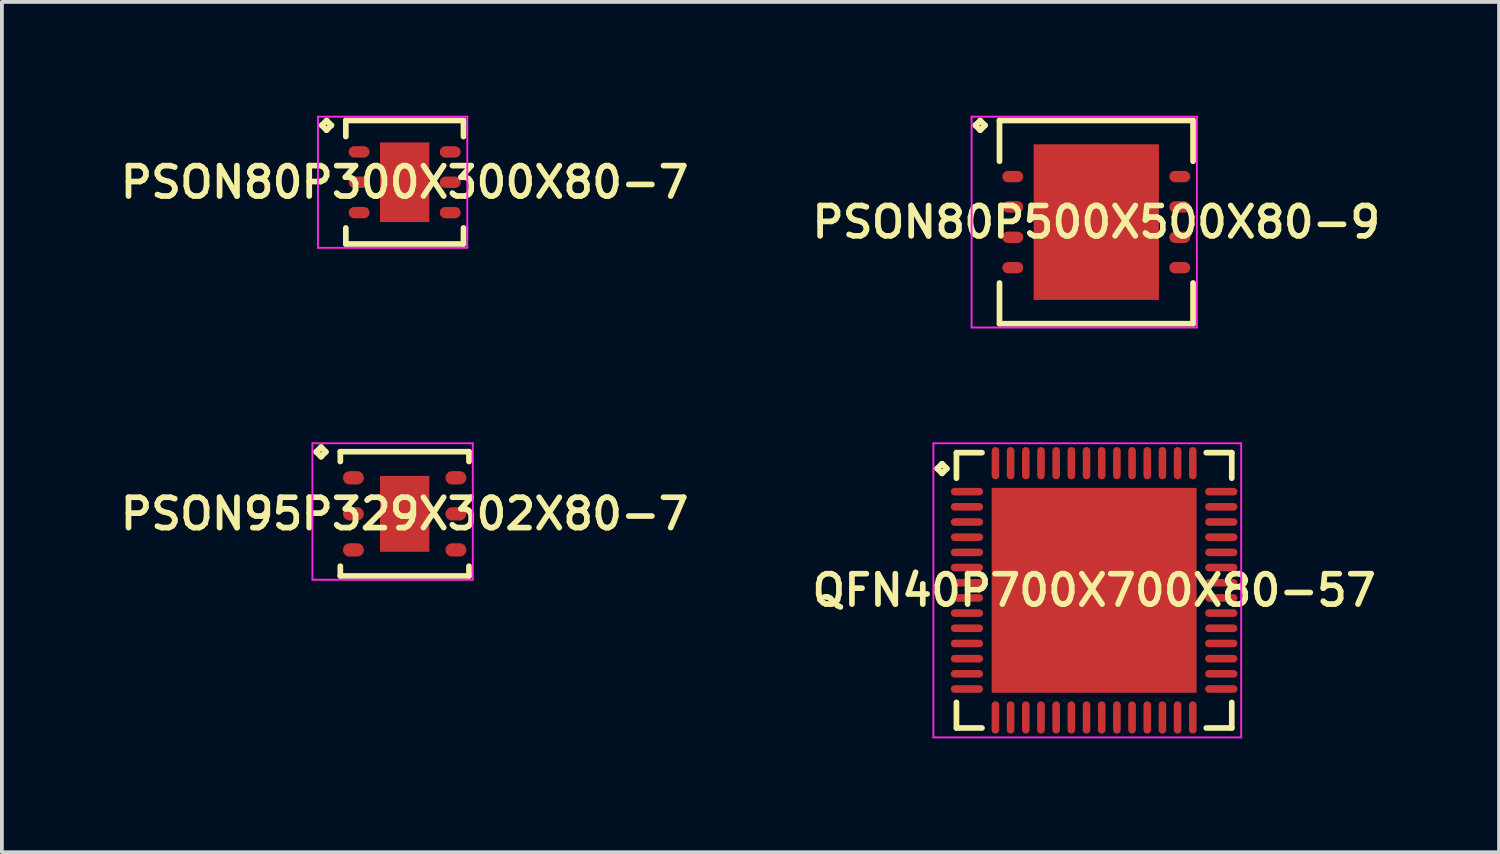
<source format=kicad_pcb>
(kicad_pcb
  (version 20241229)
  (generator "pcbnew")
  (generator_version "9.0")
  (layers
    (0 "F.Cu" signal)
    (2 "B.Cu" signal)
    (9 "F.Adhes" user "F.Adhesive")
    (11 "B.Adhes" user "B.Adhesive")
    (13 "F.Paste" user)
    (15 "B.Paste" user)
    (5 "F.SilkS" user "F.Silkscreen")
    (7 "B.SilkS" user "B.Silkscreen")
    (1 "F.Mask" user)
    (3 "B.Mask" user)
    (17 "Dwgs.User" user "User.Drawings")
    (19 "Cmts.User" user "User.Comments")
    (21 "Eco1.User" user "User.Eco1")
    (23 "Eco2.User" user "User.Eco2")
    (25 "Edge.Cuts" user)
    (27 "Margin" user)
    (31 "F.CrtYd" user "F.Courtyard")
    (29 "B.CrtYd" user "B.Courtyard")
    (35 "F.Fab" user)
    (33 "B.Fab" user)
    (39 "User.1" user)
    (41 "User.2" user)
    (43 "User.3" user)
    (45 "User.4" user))
  (footprint "PSON80P500X500X80-9"
    (layer "F.Cu")
    (at 25.835 2.802)
    (property "Reference" "PSON80P500X500X80-9" (at 0 0 0) (layer "F.SilkS") (effects (font (size 0.8 0.8) (thickness 0.15))))
    (attr smd)
    (fp_line (start -3.185 -2.55) (end -3.058 -2.677) (stroke (width 0.15) (type solid)) (layer "F.SilkS"))
    (fp_line (start -3.058 -2.677) (end -2.931 -2.55) (stroke (width 0.15) (type solid)) (layer "F.SilkS"))
    (fp_line (start -3.058 -2.423) (end -3.185 -2.55) (stroke (width 0.15) (type solid)) (layer "F.SilkS"))
    (fp_line (start -2.931 -2.55) (end -3.058 -2.423) (stroke (width 0.15) (type solid)) (layer "F.SilkS"))
    (fp_line (start -2.55 -2.677) (end 2.55 -2.677) (stroke (width 0.15) (type solid)) (layer "F.SilkS"))
    (fp_line (start -2.55 -1.604) (end -2.55 -2.677) (stroke (width 0.15) (type solid)) (layer "F.SilkS"))
    (fp_line (start -2.55 1.604) (end -2.55 2.677) (stroke (width 0.15) (type solid)) (layer "F.SilkS"))
    (fp_line (start -2.55 2.677) (end 2.55 2.677) (stroke (width 0.15) (type solid)) (layer "F.SilkS"))
    (fp_line (start 2.55 -2.677) (end 2.55 -1.604) (stroke (width 0.15) (type solid)) (layer "F.SilkS"))
    (fp_line (start 2.55 2.677) (end 2.55 1.604) (stroke (width 0.15) (type solid)) (layer "F.SilkS"))
    (fp_line (start -3.285 -2.777) (end 2.65 -2.777) (stroke (width 0.05) (type solid)) (layer "F.CrtYd"))
    (fp_line (start -3.285 2.777) (end -3.285 -2.777) (stroke (width 0.05) (type solid)) (layer "F.CrtYd"))
    (fp_line (start 2.65 -2.777) (end 2.65 2.777) (stroke (width 0.05) (type solid)) (layer "F.CrtYd"))
    (fp_line (start 2.65 2.777) (end -3.285 2.777) (stroke (width 0.05) (type solid)) (layer "F.CrtYd"))
    (pad "1" smd oval (at -2.2 -1.2) (size 0.55 0.3) (layers "F.Cu" "F.Mask" "F.Paste"))
    (pad "2" smd oval (at -2.2 -0.4) (size 0.55 0.3) (layers "F.Cu" "F.Mask" "F.Paste"))
    (pad "3" smd oval (at -2.2 0.4) (size 0.55 0.3) (layers "F.Cu" "F.Mask" "F.Paste"))
    (pad "4" smd oval (at -2.2 1.2) (size 0.55 0.3) (layers "F.Cu" "F.Mask" "F.Paste"))
    (pad "5" smd oval (at 2.2 1.2) (size 0.55 0.3) (layers "F.Cu" "F.Mask" "F.Paste"))
    (pad "6" smd oval (at 2.2 0.4) (size 0.55 0.3) (layers "F.Cu" "F.Mask" "F.Paste"))
    (pad "7" smd oval (at 2.2 -0.4) (size 0.55 0.3) (layers "F.Cu" "F.Mask" "F.Paste"))
    (pad "8" smd oval (at 2.2 -1.2) (size 0.55 0.3) (layers "F.Cu" "F.Mask" "F.Paste"))
    (pad "9" smd rect (at 0 0) (size 3.3 4.1) (layers "F.Cu" "F.Mask" "F.Paste")))
  (footprint "PSON80P300X300X80-7"
    (layer "F.Cu")
    (at 7.612 1.752)
    (property "Reference" "PSON80P300X300X80-7" (at 0 0 0) (layer "F.SilkS") (effects (font (size 0.8 0.8) (thickness 0.15))))
    (attr smd)
    (fp_line (start -2.185 -1.5) (end -2.058 -1.627) (stroke (width 0.15) (type solid)) (layer "F.SilkS"))
    (fp_line (start -2.058 -1.627) (end -1.931 -1.5) (stroke (width 0.15) (type solid)) (layer "F.SilkS"))
    (fp_line (start -2.058 -1.373) (end -2.185 -1.5) (stroke (width 0.15) (type solid)) (layer "F.SilkS"))
    (fp_line (start -1.931 -1.5) (end -2.058 -1.373) (stroke (width 0.15) (type solid)) (layer "F.SilkS"))
    (fp_line (start -1.55 -1.627) (end 1.55 -1.627) (stroke (width 0.15) (type solid)) (layer "F.SilkS"))
    (fp_line (start -1.55 -1.204) (end -1.55 -1.627) (stroke (width 0.15) (type solid)) (layer "F.SilkS"))
    (fp_line (start -1.55 1.204) (end -1.55 1.627) (stroke (width 0.15) (type solid)) (layer "F.SilkS"))
    (fp_line (start -1.55 1.627) (end 1.55 1.627) (stroke (width 0.15) (type solid)) (layer "F.SilkS"))
    (fp_line (start 1.55 -1.627) (end 1.55 -1.204) (stroke (width 0.15) (type solid)) (layer "F.SilkS"))
    (fp_line (start 1.55 1.627) (end 1.55 1.204) (stroke (width 0.15) (type solid)) (layer "F.SilkS"))
    (fp_line (start -2.285 -1.727) (end 1.65 -1.727) (stroke (width 0.05) (type solid)) (layer "F.CrtYd"))
    (fp_line (start -2.285 1.727) (end -2.285 -1.727) (stroke (width 0.05) (type solid)) (layer "F.CrtYd"))
    (fp_line (start 1.65 -1.727) (end 1.65 1.727) (stroke (width 0.05) (type solid)) (layer "F.CrtYd"))
    (fp_line (start 1.65 1.727) (end -2.285 1.727) (stroke (width 0.05) (type solid)) (layer "F.CrtYd"))
    (pad "1" smd oval (at -1.2 -0.8) (size 0.55 0.3) (layers "F.Cu" "F.Mask" "F.Paste"))
    (pad "2" smd oval (at -1.2 0) (size 0.55 0.3) (layers "F.Cu" "F.Mask" "F.Paste"))
    (pad "3" smd oval (at -1.2 0.8) (size 0.55 0.3) (layers "F.Cu" "F.Mask" "F.Paste"))
    (pad "4" smd oval (at 1.2 0.8) (size 0.55 0.3) (layers "F.Cu" "F.Mask" "F.Paste"))
    (pad "5" smd oval (at 1.2 0) (size 0.55 0.3) (layers "F.Cu" "F.Mask" "F.Paste"))
    (pad "6" smd oval (at 1.2 -0.8) (size 0.55 0.3) (layers "F.Cu" "F.Mask" "F.Paste"))
    (pad "7" smd rect (at 0 0) (size 1.3 2.1) (layers "F.Cu" "F.Mask" "F.Paste")))
  (footprint "QFN40P700X700X80-57"
    (layer "F.Cu")
    (at 25.778 12.504)
    (property "Reference" "QFN40P700X700X80-57" (at 0 0 0) (layer "F.SilkS") (effects (font (size 0.8 0.8) (thickness 0.15))))
    (attr smd)
    (fp_line (start -4.135 -3.208) (end -4.008 -3.335) (stroke (width 0.15) (type solid)) (layer "F.SilkS"))
    (fp_line (start -4.008 -3.335) (end -3.881 -3.208) (stroke (width 0.15) (type solid)) (layer "F.SilkS"))
    (fp_line (start -4.008 -3.081) (end -4.135 -3.208) (stroke (width 0.15) (type solid)) (layer "F.SilkS"))
    (fp_line (start -3.881 -3.208) (end -4.008 -3.081) (stroke (width 0.15) (type solid)) (layer "F.SilkS"))
    (fp_line (start -3.627 -3.627) (end -2.954 -3.627) (stroke (width 0.15) (type solid)) (layer "F.SilkS"))
    (fp_line (start -3.627 -2.954) (end -3.627 -3.627) (stroke (width 0.15) (type solid)) (layer "F.SilkS"))
    (fp_line (start -3.627 2.954) (end -3.627 3.627) (stroke (width 0.15) (type solid)) (layer "F.SilkS"))
    (fp_line (start -3.627 3.627) (end -2.954 3.627) (stroke (width 0.15) (type solid)) (layer "F.SilkS"))
    (fp_line (start 2.954 -3.627) (end 3.627 -3.627) (stroke (width 0.15) (type solid)) (layer "F.SilkS"))
    (fp_line (start 2.954 3.627) (end 3.627 3.627) (stroke (width 0.15) (type solid)) (layer "F.SilkS"))
    (fp_line (start 3.627 -3.627) (end 3.627 -2.954) (stroke (width 0.15) (type solid)) (layer "F.SilkS"))
    (fp_line (start 3.627 3.627) (end 3.627 2.954) (stroke (width 0.15) (type solid)) (layer "F.SilkS"))
    (fp_line (start -4.235 -3.875) (end 3.875 -3.875) (stroke (width 0.05) (type solid)) (layer "F.CrtYd"))
    (fp_line (start -4.235 3.875) (end -4.235 -3.875) (stroke (width 0.05) (type solid)) (layer "F.CrtYd"))
    (fp_line (start 3.875 -3.875) (end 3.875 3.875) (stroke (width 0.05) (type solid)) (layer "F.CrtYd"))
    (fp_line (start 3.875 3.875) (end -4.235 3.875) (stroke (width 0.05) (type solid)) (layer "F.CrtYd"))
    (pad "1" smd oval (at -3.35 -2.6) (size 0.85 0.2) (layers "F.Cu" "F.Mask" "F.Paste"))
    (pad "2" smd oval (at -3.35 -2.2) (size 0.85 0.2) (layers "F.Cu" "F.Mask" "F.Paste"))
    (pad "3" smd oval (at -3.35 -1.8) (size 0.85 0.2) (layers "F.Cu" "F.Mask" "F.Paste"))
    (pad "4" smd oval (at -3.35 -1.4) (size 0.85 0.2) (layers "F.Cu" "F.Mask" "F.Paste"))
    (pad "5" smd oval (at -3.35 -1) (size 0.85 0.2) (layers "F.Cu" "F.Mask" "F.Paste"))
    (pad "6" smd oval (at -3.35 -0.6) (size 0.85 0.2) (layers "F.Cu" "F.Mask" "F.Paste"))
    (pad "7" smd oval (at -3.35 -0.2) (size 0.85 0.2) (layers "F.Cu" "F.Mask" "F.Paste"))
    (pad "8" smd oval (at -3.35 0.2) (size 0.85 0.2) (layers "F.Cu" "F.Mask" "F.Paste"))
    (pad "9" smd oval (at -3.35 0.6) (size 0.85 0.2) (layers "F.Cu" "F.Mask" "F.Paste"))
    (pad "10" smd oval (at -3.35 1) (size 0.85 0.2) (layers "F.Cu" "F.Mask" "F.Paste"))
    (pad "11" smd oval (at -3.35 1.4) (size 0.85 0.2) (layers "F.Cu" "F.Mask" "F.Paste"))
    (pad "12" smd oval (at -3.35 1.8) (size 0.85 0.2) (layers "F.Cu" "F.Mask" "F.Paste"))
    (pad "13" smd oval (at -3.35 2.2) (size 0.85 0.2) (layers "F.Cu" "F.Mask" "F.Paste"))
    (pad "14" smd oval (at -3.35 2.6) (size 0.85 0.2) (layers "F.Cu" "F.Mask" "F.Paste"))
    (pad "15" smd oval (at -2.6 3.35) (size 0.2 0.85) (layers "F.Cu" "F.Mask" "F.Paste"))
    (pad "16" smd oval (at -2.2 3.35) (size 0.2 0.85) (layers "F.Cu" "F.Mask" "F.Paste"))
    (pad "17" smd oval (at -1.8 3.35) (size 0.2 0.85) (layers "F.Cu" "F.Mask" "F.Paste"))
    (pad "18" smd oval (at -1.4 3.35) (size 0.2 0.85) (layers "F.Cu" "F.Mask" "F.Paste"))
    (pad "19" smd oval (at -1 3.35) (size 0.2 0.85) (layers "F.Cu" "F.Mask" "F.Paste"))
    (pad "20" smd oval (at -0.6 3.35) (size 0.2 0.85) (layers "F.Cu" "F.Mask" "F.Paste"))
    (pad "21" smd oval (at -0.2 3.35) (size 0.2 0.85) (layers "F.Cu" "F.Mask" "F.Paste"))
    (pad "22" smd oval (at 0.2 3.35) (size 0.2 0.85) (layers "F.Cu" "F.Mask" "F.Paste"))
    (pad "23" smd oval (at 0.6 3.35) (size 0.2 0.85) (layers "F.Cu" "F.Mask" "F.Paste"))
    (pad "24" smd oval (at 1 3.35) (size 0.2 0.85) (layers "F.Cu" "F.Mask" "F.Paste"))
    (pad "25" smd oval (at 1.4 3.35) (size 0.2 0.85) (layers "F.Cu" "F.Mask" "F.Paste"))
    (pad "26" smd oval (at 1.8 3.35) (size 0.2 0.85) (layers "F.Cu" "F.Mask" "F.Paste"))
    (pad "27" smd oval (at 2.2 3.35) (size 0.2 0.85) (layers "F.Cu" "F.Mask" "F.Paste"))
    (pad "28" smd oval (at 2.6 3.35) (size 0.2 0.85) (layers "F.Cu" "F.Mask" "F.Paste"))
    (pad "29" smd oval (at 3.35 2.6) (size 0.85 0.2) (layers "F.Cu" "F.Mask" "F.Paste"))
    (pad "30" smd oval (at 3.35 2.2) (size 0.85 0.2) (layers "F.Cu" "F.Mask" "F.Paste"))
    (pad "31" smd oval (at 3.35 1.8) (size 0.85 0.2) (layers "F.Cu" "F.Mask" "F.Paste"))
    (pad "32" smd oval (at 3.35 1.4) (size 0.85 0.2) (layers "F.Cu" "F.Mask" "F.Paste"))
    (pad "33" smd oval (at 3.35 1) (size 0.85 0.2) (layers "F.Cu" "F.Mask" "F.Paste"))
    (pad "34" smd oval (at 3.35 0.6) (size 0.85 0.2) (layers "F.Cu" "F.Mask" "F.Paste"))
    (pad "35" smd oval (at 3.35 0.2) (size 0.85 0.2) (layers "F.Cu" "F.Mask" "F.Paste"))
    (pad "36" smd oval (at 3.35 -0.2) (size 0.85 0.2) (layers "F.Cu" "F.Mask" "F.Paste"))
    (pad "37" smd oval (at 3.35 -0.6) (size 0.85 0.2) (layers "F.Cu" "F.Mask" "F.Paste"))
    (pad "38" smd oval (at 3.35 -1) (size 0.85 0.2) (layers "F.Cu" "F.Mask" "F.Paste"))
    (pad "39" smd oval (at 3.35 -1.4) (size 0.85 0.2) (layers "F.Cu" "F.Mask" "F.Paste"))
    (pad "40" smd oval (at 3.35 -1.8) (size 0.85 0.2) (layers "F.Cu" "F.Mask" "F.Paste"))
    (pad "41" smd oval (at 3.35 -2.2) (size 0.85 0.2) (layers "F.Cu" "F.Mask" "F.Paste"))
    (pad "42" smd oval (at 3.35 -2.6) (size 0.85 0.2) (layers "F.Cu" "F.Mask" "F.Paste"))
    (pad "43" smd oval (at 2.6 -3.35) (size 0.2 0.85) (layers "F.Cu" "F.Mask" "F.Paste"))
    (pad "44" smd oval (at 2.2 -3.35) (size 0.2 0.85) (layers "F.Cu" "F.Mask" "F.Paste"))
    (pad "45" smd oval (at 1.8 -3.35) (size 0.2 0.85) (layers "F.Cu" "F.Mask" "F.Paste"))
    (pad "46" smd oval (at 1.4 -3.35) (size 0.2 0.85) (layers "F.Cu" "F.Mask" "F.Paste"))
    (pad "47" smd oval (at 1 -3.35) (size 0.2 0.85) (layers "F.Cu" "F.Mask" "F.Paste"))
    (pad "48" smd oval (at 0.6 -3.35) (size 0.2 0.85) (layers "F.Cu" "F.Mask" "F.Paste"))
    (pad "49" smd oval (at 0.2 -3.35) (size 0.2 0.85) (layers "F.Cu" "F.Mask" "F.Paste"))
    (pad "50" smd oval (at -0.2 -3.35) (size 0.2 0.85) (layers "F.Cu" "F.Mask" "F.Paste"))
    (pad "51" smd oval (at -0.6 -3.35) (size 0.2 0.85) (layers "F.Cu" "F.Mask" "F.Paste"))
    (pad "52" smd oval (at -1 -3.35) (size 0.2 0.85) (layers "F.Cu" "F.Mask" "F.Paste"))
    (pad "53" smd oval (at -1.4 -3.35) (size 0.2 0.85) (layers "F.Cu" "F.Mask" "F.Paste"))
    (pad "54" smd oval (at -1.8 -3.35) (size 0.2 0.85) (layers "F.Cu" "F.Mask" "F.Paste"))
    (pad "55" smd oval (at -2.2 -3.35) (size 0.2 0.85) (layers "F.Cu" "F.Mask" "F.Paste"))
    (pad "56" smd oval (at -2.6 -3.35) (size 0.2 0.85) (layers "F.Cu" "F.Mask" "F.Paste"))
    (pad "57" smd rect (at 0 0) (size 5.4 5.4) (layers "F.Cu" "F.Mask" "F.Paste")))
  (footprint "PSON95P329X302X80-7"
    (layer "F.Cu")
    (at 7.612 10.489)
    (property "Reference" "PSON95P329X302X80-7" (at 0 0 0) (layer "F.SilkS") (effects (font (size 0.8 0.8) (thickness 0.15))))
    (attr smd)
    (fp_line (start -2.33 -1.633) (end -2.203 -1.76) (stroke (width 0.15) (type solid)) (layer "F.SilkS"))
    (fp_line (start -2.203 -1.76) (end -2.076 -1.633) (stroke (width 0.15) (type solid)) (layer "F.SilkS"))
    (fp_line (start -2.203 -1.506) (end -2.33 -1.633) (stroke (width 0.15) (type solid)) (layer "F.SilkS"))
    (fp_line (start -2.076 -1.633) (end -2.203 -1.506) (stroke (width 0.15) (type solid)) (layer "F.SilkS"))
    (fp_line (start -1.695 -1.637) (end 1.695 -1.637) (stroke (width 0.15) (type solid)) (layer "F.SilkS"))
    (fp_line (start -1.695 -1.379) (end -1.695 -1.637) (stroke (width 0.15) (type solid)) (layer "F.SilkS"))
    (fp_line (start -1.695 1.379) (end -1.695 1.637) (stroke (width 0.15) (type solid)) (layer "F.SilkS"))
    (fp_line (start -1.695 1.637) (end 1.695 1.637) (stroke (width 0.15) (type solid)) (layer "F.SilkS"))
    (fp_line (start 1.695 -1.637) (end 1.695 -1.379) (stroke (width 0.15) (type solid)) (layer "F.SilkS"))
    (fp_line (start 1.695 1.637) (end 1.695 1.379) (stroke (width 0.15) (type solid)) (layer "F.SilkS"))
    (fp_line (start -2.43 -1.86) (end 1.795 -1.86) (stroke (width 0.05) (type solid)) (layer "F.CrtYd"))
    (fp_line (start -2.43 1.737) (end -2.43 -1.86) (stroke (width 0.05) (type solid)) (layer "F.CrtYd"))
    (fp_line (start 1.795 -1.86) (end 1.795 1.737) (stroke (width 0.05) (type solid)) (layer "F.CrtYd"))
    (fp_line (start 1.795 1.737) (end -2.43 1.737) (stroke (width 0.05) (type solid)) (layer "F.CrtYd"))
    (pad "1" smd oval (at -1.35 -0.95) (size 0.55 0.35) (layers "F.Cu" "F.Mask" "F.Paste"))
    (pad "2" smd oval (at -1.35 0) (size 0.55 0.35) (layers "F.Cu" "F.Mask" "F.Paste"))
    (pad "3" smd oval (at -1.35 0.95) (size 0.55 0.35) (layers "F.Cu" "F.Mask" "F.Paste"))
    (pad "4" smd oval (at 1.35 0.95) (size 0.55 0.35) (layers "F.Cu" "F.Mask" "F.Paste"))
    (pad "5" smd oval (at 1.35 0) (size 0.55 0.35) (layers "F.Cu" "F.Mask" "F.Paste"))
    (pad "6" smd oval (at 1.35 -0.95) (size 0.55 0.35) (layers "F.Cu" "F.Mask" "F.Paste"))
    (pad "7" smd rect (at 0 0) (size 1.3 2) (layers "F.Cu" "F.Mask" "F.Paste")))
  (gr_rect
    (start -3 -3)
    (end 36.447 19.404)
    (stroke (width 0.1) (type default))
    (fill no)
    (layer "Edge.Cuts")))
</source>
